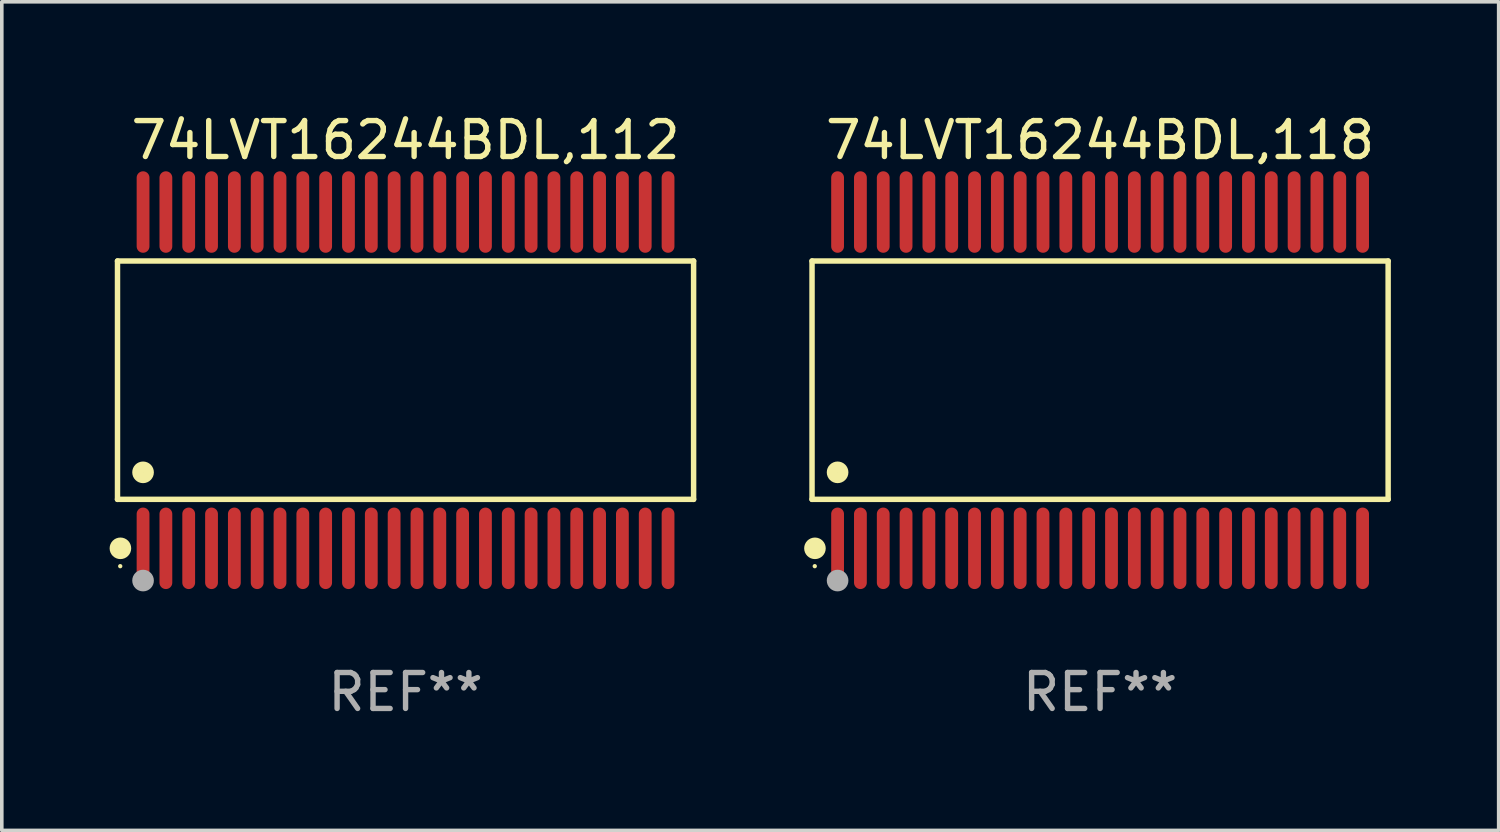
<source format=kicad_pcb>
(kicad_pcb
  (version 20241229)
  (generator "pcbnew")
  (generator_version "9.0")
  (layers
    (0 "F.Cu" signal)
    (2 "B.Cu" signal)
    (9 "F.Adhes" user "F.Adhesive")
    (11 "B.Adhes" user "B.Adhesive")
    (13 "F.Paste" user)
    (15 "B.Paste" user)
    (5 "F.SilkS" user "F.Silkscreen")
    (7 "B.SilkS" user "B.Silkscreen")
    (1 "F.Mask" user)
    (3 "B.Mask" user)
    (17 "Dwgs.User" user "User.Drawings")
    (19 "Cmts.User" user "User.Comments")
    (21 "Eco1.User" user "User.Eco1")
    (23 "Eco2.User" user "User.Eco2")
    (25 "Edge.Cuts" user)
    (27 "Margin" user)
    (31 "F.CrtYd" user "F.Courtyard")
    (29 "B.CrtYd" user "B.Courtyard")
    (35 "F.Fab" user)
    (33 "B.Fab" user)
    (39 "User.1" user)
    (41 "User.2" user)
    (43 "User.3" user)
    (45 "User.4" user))
  (footprint "74LVT16244BDL,118"
    (layer "F.Cu")
    (at 27.556 7.527)
    (property "Reference" "74LVT16244BDL,118" (at 0 -6.678 0) (layer "F.SilkS") (effects (font (size 1 1) (thickness 0.15))))
    (attr through_hole)
    (fp_line (start -8.014 -3.316) (end 8.014 -3.316) (stroke (width 0.152) (type solid)) (layer "F.SilkS"))
    (fp_line (start -8.014 3.316) (end -8.014 -3.316) (stroke (width 0.152) (type solid)) (layer "F.SilkS"))
    (fp_line (start 8.014 -3.316) (end 8.014 3.316) (stroke (width 0.152) (type solid)) (layer "F.SilkS"))
    (fp_line (start 8.014 3.316) (end -8.014 3.316) (stroke (width 0.152) (type solid)) (layer "F.SilkS"))
    (fp_circle (center -7.938 5.175) (end -7.908 5.175) (stroke (width 0.06) (type solid)) (fill no) (layer "F.SilkS"))
    (fp_circle (center -7.933 4.678) (end -7.783 4.678) (stroke (width 0.3) (type solid)) (fill no) (layer "F.SilkS"))
    (fp_circle (center -7.303 2.564) (end -7.152 2.564) (stroke (width 0.3) (type solid)) (fill no) (layer "F.SilkS"))
    (fp_circle (center -7.303 5.575) (end -7.152 5.575) (stroke (width 0.3) (type solid)) (fill no) (layer "F.Fab"))
    (fp_text user "REF**" (at 0 8.678 0) (layer "F.Fab") (effects (font (size 1 1) (thickness 0.15))))
    (pad "1" smd oval (at -7.303 4.678) (size 0.356 2.267) (layers "F.Cu" "F.Mask" "F.Paste"))
    (pad "2" smd oval (at -6.668 4.678) (size 0.356 2.267) (layers "F.Cu" "F.Mask" "F.Paste"))
    (pad "3" smd oval (at -6.033 4.678) (size 0.356 2.267) (layers "F.Cu" "F.Mask" "F.Paste"))
    (pad "4" smd oval (at -5.398 4.678) (size 0.356 2.267) (layers "F.Cu" "F.Mask" "F.Paste"))
    (pad "5" smd oval (at -4.763 4.678) (size 0.356 2.267) (layers "F.Cu" "F.Mask" "F.Paste"))
    (pad "6" smd oval (at -4.128 4.678) (size 0.356 2.267) (layers "F.Cu" "F.Mask" "F.Paste"))
    (pad "7" smd oval (at -3.493 4.678) (size 0.356 2.267) (layers "F.Cu" "F.Mask" "F.Paste"))
    (pad "8" smd oval (at -2.858 4.678) (size 0.356 2.267) (layers "F.Cu" "F.Mask" "F.Paste"))
    (pad "9" smd oval (at -2.223 4.678) (size 0.356 2.267) (layers "F.Cu" "F.Mask" "F.Paste"))
    (pad "10" smd oval (at -1.588 4.678) (size 0.356 2.267) (layers "F.Cu" "F.Mask" "F.Paste"))
    (pad "11" smd oval (at -0.953 4.678) (size 0.356 2.267) (layers "F.Cu" "F.Mask" "F.Paste"))
    (pad "12" smd oval (at -0.318 4.678) (size 0.356 2.267) (layers "F.Cu" "F.Mask" "F.Paste"))
    (pad "13" smd oval (at 0.318 4.678) (size 0.356 2.267) (layers "F.Cu" "F.Mask" "F.Paste"))
    (pad "14" smd oval (at 0.953 4.678) (size 0.356 2.267) (layers "F.Cu" "F.Mask" "F.Paste"))
    (pad "15" smd oval (at 1.588 4.678) (size 0.356 2.267) (layers "F.Cu" "F.Mask" "F.Paste"))
    (pad "16" smd oval (at 2.223 4.678) (size 0.356 2.267) (layers "F.Cu" "F.Mask" "F.Paste"))
    (pad "17" smd oval (at 2.858 4.678) (size 0.356 2.267) (layers "F.Cu" "F.Mask" "F.Paste"))
    (pad "18" smd oval (at 3.493 4.678) (size 0.356 2.267) (layers "F.Cu" "F.Mask" "F.Paste"))
    (pad "19" smd oval (at 4.128 4.678) (size 0.356 2.267) (layers "F.Cu" "F.Mask" "F.Paste"))
    (pad "20" smd oval (at 4.763 4.678) (size 0.356 2.267) (layers "F.Cu" "F.Mask" "F.Paste"))
    (pad "21" smd oval (at 5.398 4.678) (size 0.356 2.267) (layers "F.Cu" "F.Mask" "F.Paste"))
    (pad "22" smd oval (at 6.033 4.678) (size 0.356 2.267) (layers "F.Cu" "F.Mask" "F.Paste"))
    (pad "23" smd oval (at 6.668 4.678) (size 0.356 2.267) (layers "F.Cu" "F.Mask" "F.Paste"))
    (pad "24" smd oval (at 7.303 4.678) (size 0.356 2.267) (layers "F.Cu" "F.Mask" "F.Paste"))
    (pad "25" smd oval (at 7.303 -4.678) (size 0.356 2.267) (layers "F.Cu" "F.Mask" "F.Paste"))
    (pad "26" smd oval (at 6.668 -4.678) (size 0.356 2.267) (layers "F.Cu" "F.Mask" "F.Paste"))
    (pad "27" smd oval (at 6.033 -4.678) (size 0.356 2.267) (layers "F.Cu" "F.Mask" "F.Paste"))
    (pad "28" smd oval (at 5.398 -4.678) (size 0.356 2.267) (layers "F.Cu" "F.Mask" "F.Paste"))
    (pad "29" smd oval (at 4.763 -4.678) (size 0.356 2.267) (layers "F.Cu" "F.Mask" "F.Paste"))
    (pad "30" smd oval (at 4.128 -4.678) (size 0.356 2.267) (layers "F.Cu" "F.Mask" "F.Paste"))
    (pad "31" smd oval (at 3.493 -4.678) (size 0.356 2.267) (layers "F.Cu" "F.Mask" "F.Paste"))
    (pad "32" smd oval (at 2.858 -4.678) (size 0.356 2.267) (layers "F.Cu" "F.Mask" "F.Paste"))
    (pad "33" smd oval (at 2.223 -4.678) (size 0.356 2.267) (layers "F.Cu" "F.Mask" "F.Paste"))
    (pad "34" smd oval (at 1.588 -4.678) (size 0.356 2.267) (layers "F.Cu" "F.Mask" "F.Paste"))
    (pad "35" smd oval (at 0.953 -4.678) (size 0.356 2.267) (layers "F.Cu" "F.Mask" "F.Paste"))
    (pad "36" smd oval (at 0.318 -4.678) (size 0.356 2.267) (layers "F.Cu" "F.Mask" "F.Paste"))
    (pad "37" smd oval (at -0.318 -4.678) (size 0.356 2.267) (layers "F.Cu" "F.Mask" "F.Paste"))
    (pad "38" smd oval (at -0.953 -4.678) (size 0.356 2.267) (layers "F.Cu" "F.Mask" "F.Paste"))
    (pad "39" smd oval (at -1.588 -4.678) (size 0.356 2.267) (layers "F.Cu" "F.Mask" "F.Paste"))
    (pad "40" smd oval (at -2.223 -4.678) (size 0.356 2.267) (layers "F.Cu" "F.Mask" "F.Paste"))
    (pad "41" smd oval (at -2.858 -4.678) (size 0.356 2.267) (layers "F.Cu" "F.Mask" "F.Paste"))
    (pad "42" smd oval (at -3.493 -4.678) (size 0.356 2.267) (layers "F.Cu" "F.Mask" "F.Paste"))
    (pad "43" smd oval (at -4.128 -4.678) (size 0.356 2.267) (layers "F.Cu" "F.Mask" "F.Paste"))
    (pad "44" smd oval (at -4.763 -4.678) (size 0.356 2.267) (layers "F.Cu" "F.Mask" "F.Paste"))
    (pad "45" smd oval (at -5.398 -4.678) (size 0.356 2.267) (layers "F.Cu" "F.Mask" "F.Paste"))
    (pad "46" smd oval (at -6.033 -4.678) (size 0.356 2.267) (layers "F.Cu" "F.Mask" "F.Paste"))
    (pad "47" smd oval (at -6.668 -4.678) (size 0.356 2.267) (layers "F.Cu" "F.Mask" "F.Paste"))
    (pad "48" smd oval (at -7.303 -4.678) (size 0.356 2.267) (layers "F.Cu" "F.Mask" "F.Paste")))
  (footprint "74LVT16244BDL,112"
    (layer "F.Cu")
    (at 8.233 7.527)
    (property "Reference" "74LVT16244BDL,112" (at 0 -6.678 0) (layer "F.SilkS") (effects (font (size 1 1) (thickness 0.15))))
    (attr through_hole)
    (fp_line (start -8.014 -3.316) (end 8.014 -3.316) (stroke (width 0.152) (type solid)) (layer "F.SilkS"))
    (fp_line (start -8.014 3.316) (end -8.014 -3.316) (stroke (width 0.152) (type solid)) (layer "F.SilkS"))
    (fp_line (start 8.014 -3.316) (end 8.014 3.316) (stroke (width 0.152) (type solid)) (layer "F.SilkS"))
    (fp_line (start 8.014 3.316) (end -8.014 3.316) (stroke (width 0.152) (type solid)) (layer "F.SilkS"))
    (fp_circle (center -7.938 5.175) (end -7.908 5.175) (stroke (width 0.06) (type solid)) (fill no) (layer "F.SilkS"))
    (fp_circle (center -7.933 4.678) (end -7.783 4.678) (stroke (width 0.3) (type solid)) (fill no) (layer "F.SilkS"))
    (fp_circle (center -7.303 2.564) (end -7.152 2.564) (stroke (width 0.3) (type solid)) (fill no) (layer "F.SilkS"))
    (fp_circle (center -7.303 5.575) (end -7.152 5.575) (stroke (width 0.3) (type solid)) (fill no) (layer "F.Fab"))
    (fp_text user "REF**" (at 0 8.678 0) (layer "F.Fab") (effects (font (size 1 1) (thickness 0.15))))
    (pad "1" smd oval (at -7.303 4.678) (size 0.356 2.267) (layers "F.Cu" "F.Mask" "F.Paste"))
    (pad "2" smd oval (at -6.668 4.678) (size 0.356 2.267) (layers "F.Cu" "F.Mask" "F.Paste"))
    (pad "3" smd oval (at -6.033 4.678) (size 0.356 2.267) (layers "F.Cu" "F.Mask" "F.Paste"))
    (pad "4" smd oval (at -5.398 4.678) (size 0.356 2.267) (layers "F.Cu" "F.Mask" "F.Paste"))
    (pad "5" smd oval (at -4.763 4.678) (size 0.356 2.267) (layers "F.Cu" "F.Mask" "F.Paste"))
    (pad "6" smd oval (at -4.128 4.678) (size 0.356 2.267) (layers "F.Cu" "F.Mask" "F.Paste"))
    (pad "7" smd oval (at -3.493 4.678) (size 0.356 2.267) (layers "F.Cu" "F.Mask" "F.Paste"))
    (pad "8" smd oval (at -2.858 4.678) (size 0.356 2.267) (layers "F.Cu" "F.Mask" "F.Paste"))
    (pad "9" smd oval (at -2.223 4.678) (size 0.356 2.267) (layers "F.Cu" "F.Mask" "F.Paste"))
    (pad "10" smd oval (at -1.588 4.678) (size 0.356 2.267) (layers "F.Cu" "F.Mask" "F.Paste"))
    (pad "11" smd oval (at -0.953 4.678) (size 0.356 2.267) (layers "F.Cu" "F.Mask" "F.Paste"))
    (pad "12" smd oval (at -0.318 4.678) (size 0.356 2.267) (layers "F.Cu" "F.Mask" "F.Paste"))
    (pad "13" smd oval (at 0.318 4.678) (size 0.356 2.267) (layers "F.Cu" "F.Mask" "F.Paste"))
    (pad "14" smd oval (at 0.953 4.678) (size 0.356 2.267) (layers "F.Cu" "F.Mask" "F.Paste"))
    (pad "15" smd oval (at 1.588 4.678) (size 0.356 2.267) (layers "F.Cu" "F.Mask" "F.Paste"))
    (pad "16" smd oval (at 2.223 4.678) (size 0.356 2.267) (layers "F.Cu" "F.Mask" "F.Paste"))
    (pad "17" smd oval (at 2.858 4.678) (size 0.356 2.267) (layers "F.Cu" "F.Mask" "F.Paste"))
    (pad "18" smd oval (at 3.493 4.678) (size 0.356 2.267) (layers "F.Cu" "F.Mask" "F.Paste"))
    (pad "19" smd oval (at 4.128 4.678) (size 0.356 2.267) (layers "F.Cu" "F.Mask" "F.Paste"))
    (pad "20" smd oval (at 4.763 4.678) (size 0.356 2.267) (layers "F.Cu" "F.Mask" "F.Paste"))
    (pad "21" smd oval (at 5.398 4.678) (size 0.356 2.267) (layers "F.Cu" "F.Mask" "F.Paste"))
    (pad "22" smd oval (at 6.033 4.678) (size 0.356 2.267) (layers "F.Cu" "F.Mask" "F.Paste"))
    (pad "23" smd oval (at 6.668 4.678) (size 0.356 2.267) (layers "F.Cu" "F.Mask" "F.Paste"))
    (pad "24" smd oval (at 7.303 4.678) (size 0.356 2.267) (layers "F.Cu" "F.Mask" "F.Paste"))
    (pad "25" smd oval (at 7.303 -4.678) (size 0.356 2.267) (layers "F.Cu" "F.Mask" "F.Paste"))
    (pad "26" smd oval (at 6.668 -4.678) (size 0.356 2.267) (layers "F.Cu" "F.Mask" "F.Paste"))
    (pad "27" smd oval (at 6.033 -4.678) (size 0.356 2.267) (layers "F.Cu" "F.Mask" "F.Paste"))
    (pad "28" smd oval (at 5.398 -4.678) (size 0.356 2.267) (layers "F.Cu" "F.Mask" "F.Paste"))
    (pad "29" smd oval (at 4.763 -4.678) (size 0.356 2.267) (layers "F.Cu" "F.Mask" "F.Paste"))
    (pad "30" smd oval (at 4.128 -4.678) (size 0.356 2.267) (layers "F.Cu" "F.Mask" "F.Paste"))
    (pad "31" smd oval (at 3.493 -4.678) (size 0.356 2.267) (layers "F.Cu" "F.Mask" "F.Paste"))
    (pad "32" smd oval (at 2.858 -4.678) (size 0.356 2.267) (layers "F.Cu" "F.Mask" "F.Paste"))
    (pad "33" smd oval (at 2.223 -4.678) (size 0.356 2.267) (layers "F.Cu" "F.Mask" "F.Paste"))
    (pad "34" smd oval (at 1.588 -4.678) (size 0.356 2.267) (layers "F.Cu" "F.Mask" "F.Paste"))
    (pad "35" smd oval (at 0.953 -4.678) (size 0.356 2.267) (layers "F.Cu" "F.Mask" "F.Paste"))
    (pad "36" smd oval (at 0.318 -4.678) (size 0.356 2.267) (layers "F.Cu" "F.Mask" "F.Paste"))
    (pad "37" smd oval (at -0.318 -4.678) (size 0.356 2.267) (layers "F.Cu" "F.Mask" "F.Paste"))
    (pad "38" smd oval (at -0.953 -4.678) (size 0.356 2.267) (layers "F.Cu" "F.Mask" "F.Paste"))
    (pad "39" smd oval (at -1.588 -4.678) (size 0.356 2.267) (layers "F.Cu" "F.Mask" "F.Paste"))
    (pad "40" smd oval (at -2.223 -4.678) (size 0.356 2.267) (layers "F.Cu" "F.Mask" "F.Paste"))
    (pad "41" smd oval (at -2.858 -4.678) (size 0.356 2.267) (layers "F.Cu" "F.Mask" "F.Paste"))
    (pad "42" smd oval (at -3.493 -4.678) (size 0.356 2.267) (layers "F.Cu" "F.Mask" "F.Paste"))
    (pad "43" smd oval (at -4.128 -4.678) (size 0.356 2.267) (layers "F.Cu" "F.Mask" "F.Paste"))
    (pad "44" smd oval (at -4.763 -4.678) (size 0.356 2.267) (layers "F.Cu" "F.Mask" "F.Paste"))
    (pad "45" smd oval (at -5.398 -4.678) (size 0.356 2.267) (layers "F.Cu" "F.Mask" "F.Paste"))
    (pad "46" smd oval (at -6.033 -4.678) (size 0.356 2.267) (layers "F.Cu" "F.Mask" "F.Paste"))
    (pad "47" smd oval (at -6.668 -4.678) (size 0.356 2.267) (layers "F.Cu" "F.Mask" "F.Paste"))
    (pad "48" smd oval (at -7.303 -4.678) (size 0.356 2.267) (layers "F.Cu" "F.Mask" "F.Paste")))
  (gr_rect
    (start -3 -3)
    (end 38.645 20.053)
    (stroke (width 0.1) (type default))
    (fill no)
    (layer "Edge.Cuts")))
</source>
